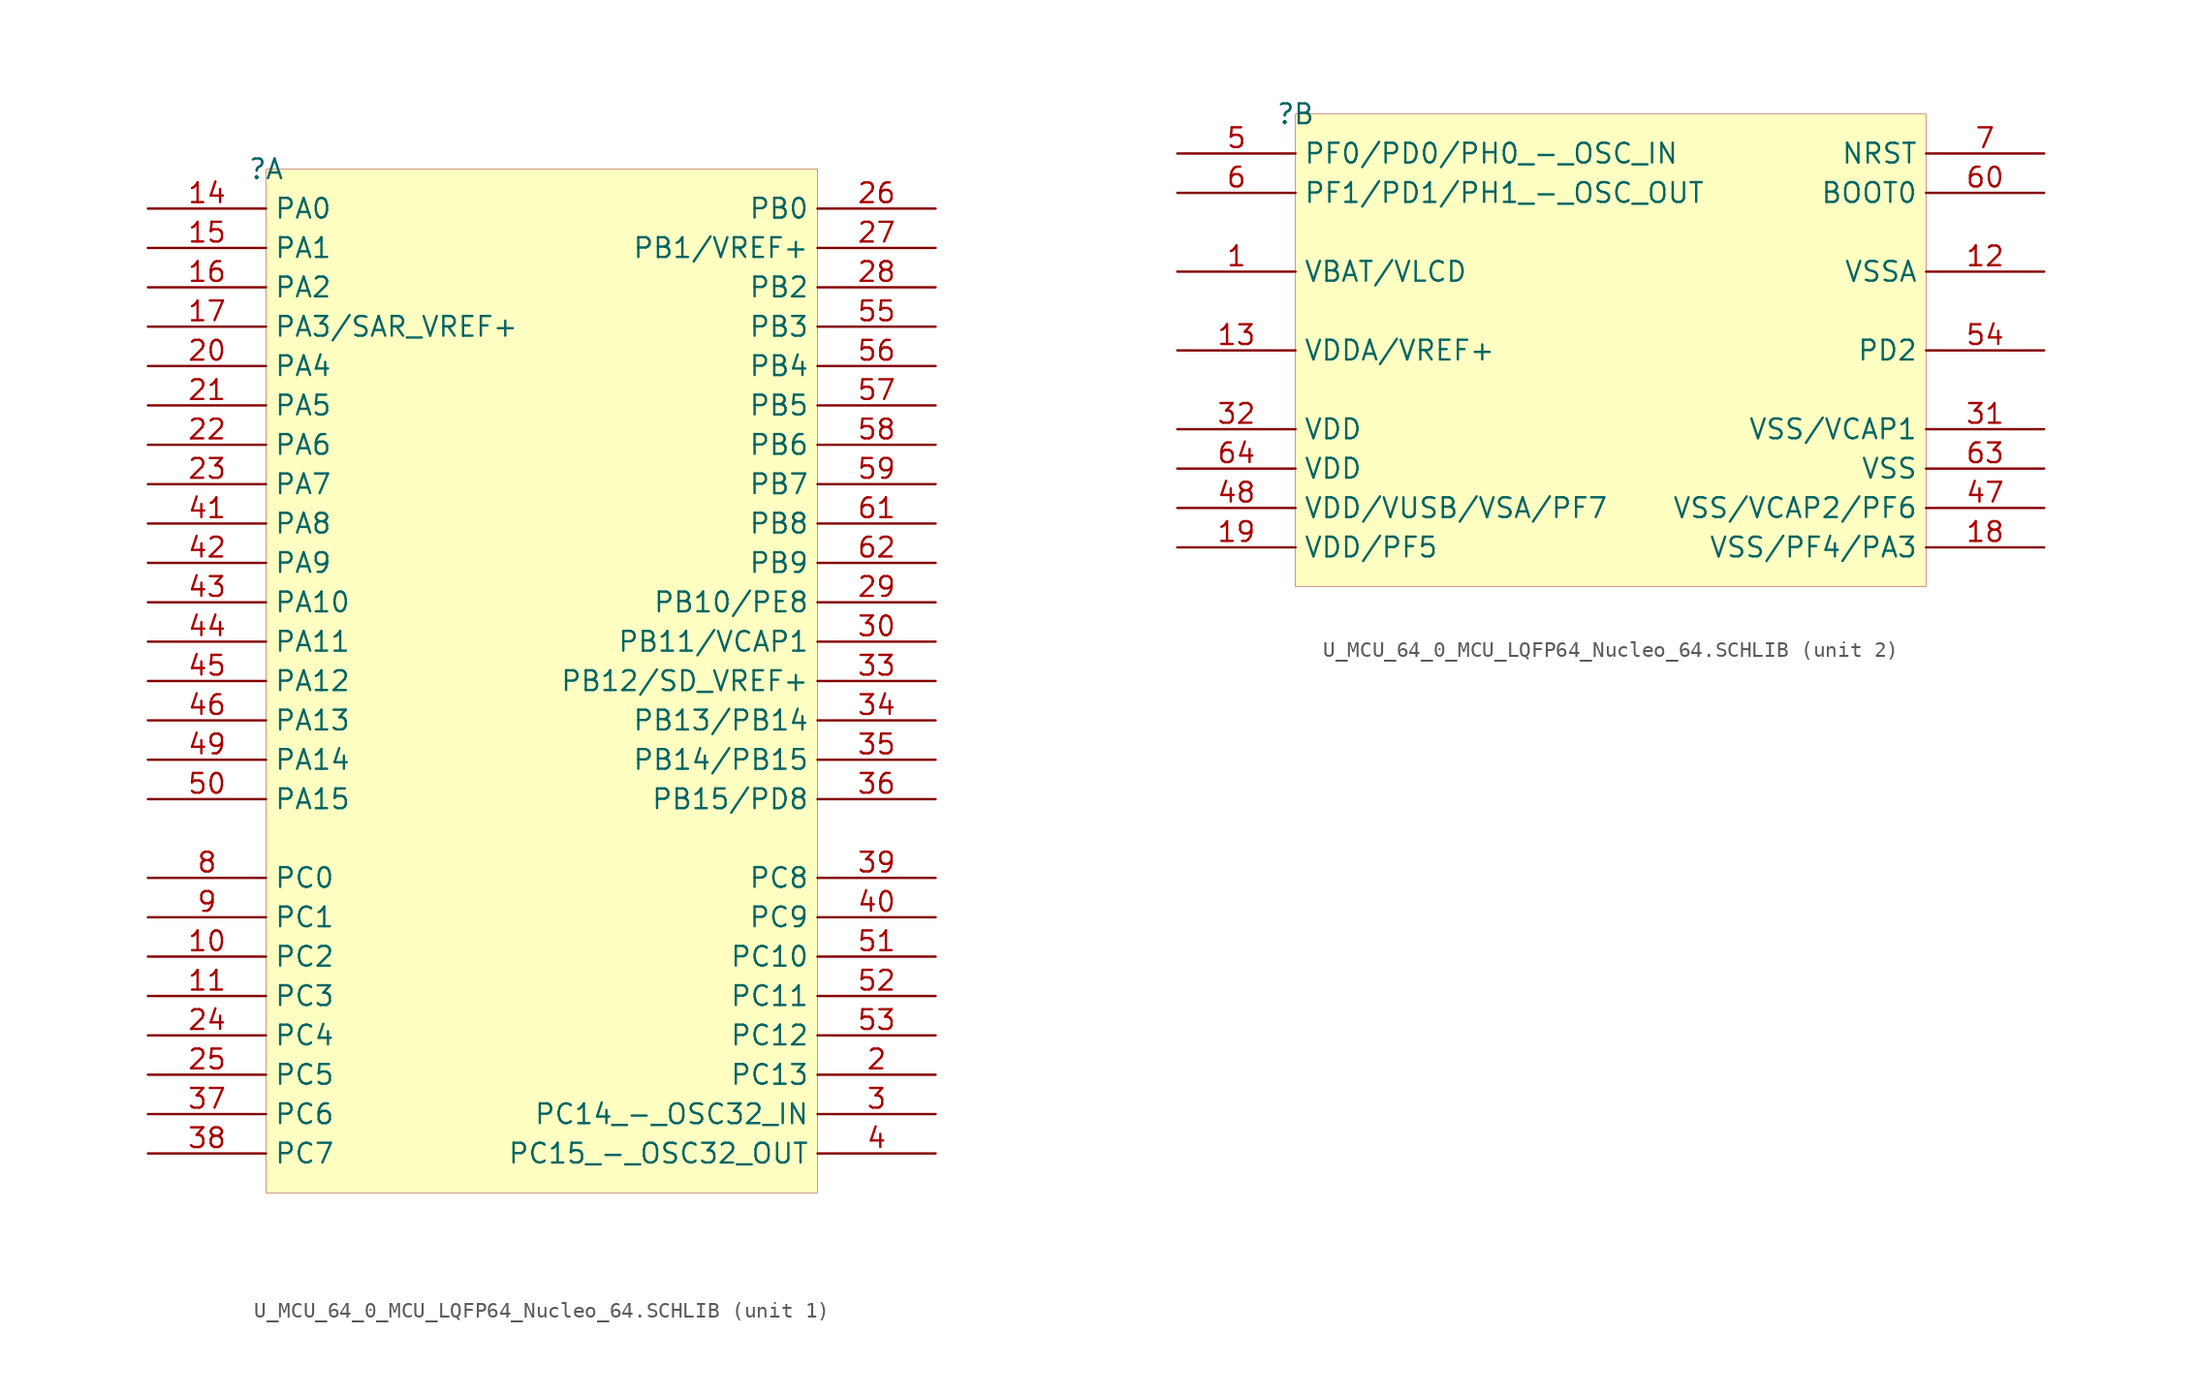
<source format=kicad_sym>
(kicad_symbol_lib
  (version 20241209)
  (generator "kicad_symbol_editor")
  (generator_version "9.0")
  (symbol "U_MCU_64_0_MCU_LQFP64_Nucleo_64.SCHLIB"
    (property "Reference" ""
      (at 0 0 0)
      (effects (font (size 1.27 1.27))))
    (property "Value" ""
      (at 0 0 0)
      (effects (font (size 1.27 1.27))))
    (symbol "U_MCU_64_0_MCU_LQFP64_Nucleo_64.SCHLIB_1_0"
      (rectangle (start 35.56 0) (end 0 -66.04) (stroke (width 0.025) (type solid) (color 128 0 0 1)) (fill (type background)))
      (pin passive line (at -7.62 -2.54 0) (length 7.62) (name "PA0" (effects (font (size 1.27 1.27)))) (number "14" (effects (font (size 1.27 1.27)))))
      (pin passive line (at -7.62 -5.08 0) (length 7.62) (name "PA1" (effects (font (size 1.27 1.27)))) (number "15" (effects (font (size 1.27 1.27)))))
      (pin passive line (at -7.62 -7.62 0) (length 7.62) (name "PA2" (effects (font (size 1.27 1.27)))) (number "16" (effects (font (size 1.27 1.27)))))
      (pin passive line (at -7.62 -10.16 0) (length 7.62) (name "PA3/SAR_VREF+" (effects (font (size 1.27 1.27)))) (number "17" (effects (font (size 1.27 1.27)))))
      (pin passive line (at -7.62 -12.7 0) (length 7.62) (name "PA4" (effects (font (size 1.27 1.27)))) (number "20" (effects (font (size 1.27 1.27)))))
      (pin passive line (at -7.62 -15.24 0) (length 7.62) (name "PA5" (effects (font (size 1.27 1.27)))) (number "21" (effects (font (size 1.27 1.27)))))
      (pin passive line (at -7.62 -17.78 0) (length 7.62) (name "PA6" (effects (font (size 1.27 1.27)))) (number "22" (effects (font (size 1.27 1.27)))))
      (pin passive line (at -7.62 -20.32 0) (length 7.62) (name "PA7" (effects (font (size 1.27 1.27)))) (number "23" (effects (font (size 1.27 1.27)))))
      (pin passive line (at -7.62 -22.86 0) (length 7.62) (name "PA8" (effects (font (size 1.27 1.27)))) (number "41" (effects (font (size 1.27 1.27)))))
      (pin passive line (at -7.62 -25.4 0) (length 7.62) (name "PA9" (effects (font (size 1.27 1.27)))) (number "42" (effects (font (size 1.27 1.27)))))
      (pin passive line (at -7.62 -27.94 0) (length 7.62) (name "PA10" (effects (font (size 1.27 1.27)))) (number "43" (effects (font (size 1.27 1.27)))))
      (pin passive line (at -7.62 -30.48 0) (length 7.62) (name "PA11" (effects (font (size 1.27 1.27)))) (number "44" (effects (font (size 1.27 1.27)))))
      (pin passive line (at -7.62 -33.02 0) (length 7.62) (name "PA12" (effects (font (size 1.27 1.27)))) (number "45" (effects (font (size 1.27 1.27)))))
      (pin passive line (at -7.62 -35.56 0) (length 7.62) (name "PA13" (effects (font (size 1.27 1.27)))) (number "46" (effects (font (size 1.27 1.27)))))
      (pin passive line (at -7.62 -38.1 0) (length 7.62) (name "PA14" (effects (font (size 1.27 1.27)))) (number "49" (effects (font (size 1.27 1.27)))))
      (pin passive line (at -7.62 -40.64 0) (length 7.62) (name "PA15" (effects (font (size 1.27 1.27)))) (number "50" (effects (font (size 1.27 1.27)))))
      (pin passive line (at -7.62 -45.72 0) (length 7.62) (name "PC0" (effects (font (size 1.27 1.27)))) (number "8" (effects (font (size 1.27 1.27)))))
      (pin passive line (at -7.62 -48.26 0) (length 7.62) (name "PC1" (effects (font (size 1.27 1.27)))) (number "9" (effects (font (size 1.27 1.27)))))
      (pin passive line (at -7.62 -50.8 0) (length 7.62) (name "PC2" (effects (font (size 1.27 1.27)))) (number "10" (effects (font (size 1.27 1.27)))))
      (pin passive line (at -7.62 -53.34 0) (length 7.62) (name "PC3" (effects (font (size 1.27 1.27)))) (number "11" (effects (font (size 1.27 1.27)))))
      (pin passive line (at -7.62 -55.88 0) (length 7.62) (name "PC4" (effects (font (size 1.27 1.27)))) (number "24" (effects (font (size 1.27 1.27)))))
      (pin passive line (at -7.62 -58.42 0) (length 7.62) (name "PC5" (effects (font (size 1.27 1.27)))) (number "25" (effects (font (size 1.27 1.27)))))
      (pin passive line (at -7.62 -60.96 0) (length 7.62) (name "PC6" (effects (font (size 1.27 1.27)))) (number "37" (effects (font (size 1.27 1.27)))))
      (pin passive line (at -7.62 -63.5 0) (length 7.62) (name "PC7" (effects (font (size 1.27 1.27)))) (number "38" (effects (font (size 1.27 1.27)))))
      (pin passive line (at 43.18 -2.54 180) (length 7.62) (name "PB0" (effects (font (size 1.27 1.27)))) (number "26" (effects (font (size 1.27 1.27)))))
      (pin passive line (at 43.18 -5.08 180) (length 7.62) (name "PB1/VREF+" (effects (font (size 1.27 1.27)))) (number "27" (effects (font (size 1.27 1.27)))))
      (pin passive line (at 43.18 -7.62 180) (length 7.62) (name "PB2" (effects (font (size 1.27 1.27)))) (number "28" (effects (font (size 1.27 1.27)))))
      (pin passive line (at 43.18 -10.16 180) (length 7.62) (name "PB3" (effects (font (size 1.27 1.27)))) (number "55" (effects (font (size 1.27 1.27)))))
      (pin passive line (at 43.18 -12.7 180) (length 7.62) (name "PB4" (effects (font (size 1.27 1.27)))) (number "56" (effects (font (size 1.27 1.27)))))
      (pin passive line (at 43.18 -15.24 180) (length 7.62) (name "PB5" (effects (font (size 1.27 1.27)))) (number "57" (effects (font (size 1.27 1.27)))))
      (pin passive line (at 43.18 -17.78 180) (length 7.62) (name "PB6" (effects (font (size 1.27 1.27)))) (number "58" (effects (font (size 1.27 1.27)))))
      (pin passive line (at 43.18 -20.32 180) (length 7.62) (name "PB7" (effects (font (size 1.27 1.27)))) (number "59" (effects (font (size 1.27 1.27)))))
      (pin passive line (at 43.18 -22.86 180) (length 7.62) (name "PB8" (effects (font (size 1.27 1.27)))) (number "61" (effects (font (size 1.27 1.27)))))
      (pin passive line (at 43.18 -25.4 180) (length 7.62) (name "PB9" (effects (font (size 1.27 1.27)))) (number "62" (effects (font (size 1.27 1.27)))))
      (pin passive line (at 43.18 -27.94 180) (length 7.62) (name "PB10/PE8" (effects (font (size 1.27 1.27)))) (number "29" (effects (font (size 1.27 1.27)))))
      (pin passive line (at 43.18 -30.48 180) (length 7.62) (name "PB11/VCAP1" (effects (font (size 1.27 1.27)))) (number "30" (effects (font (size 1.27 1.27)))))
      (pin passive line (at 43.18 -33.02 180) (length 7.62) (name "PB12/SD_VREF+" (effects (font (size 1.27 1.27)))) (number "33" (effects (font (size 1.27 1.27)))))
      (pin passive line (at 43.18 -35.56 180) (length 7.62) (name "PB13/PB14" (effects (font (size 1.27 1.27)))) (number "34" (effects (font (size 1.27 1.27)))))
      (pin passive line (at 43.18 -38.1 180) (length 7.62) (name "PB14/PB15" (effects (font (size 1.27 1.27)))) (number "35" (effects (font (size 1.27 1.27)))))
      (pin passive line (at 43.18 -40.64 180) (length 7.62) (name "PB15/PD8" (effects (font (size 1.27 1.27)))) (number "36" (effects (font (size 1.27 1.27)))))
      (pin passive line (at 43.18 -45.72 180) (length 7.62) (name "PC8" (effects (font (size 1.27 1.27)))) (number "39" (effects (font (size 1.27 1.27)))))
      (pin passive line (at 43.18 -48.26 180) (length 7.62) (name "PC9" (effects (font (size 1.27 1.27)))) (number "40" (effects (font (size 1.27 1.27)))))
      (pin passive line (at 43.18 -50.8 180) (length 7.62) (name "PC10" (effects (font (size 1.27 1.27)))) (number "51" (effects (font (size 1.27 1.27)))))
      (pin passive line (at 43.18 -53.34 180) (length 7.62) (name "PC11" (effects (font (size 1.27 1.27)))) (number "52" (effects (font (size 1.27 1.27)))))
      (pin passive line (at 43.18 -55.88 180) (length 7.62) (name "PC12" (effects (font (size 1.27 1.27)))) (number "53" (effects (font (size 1.27 1.27)))))
      (pin passive line (at 43.18 -58.42 180) (length 7.62) (name "PC13" (effects (font (size 1.27 1.27)))) (number "2" (effects (font (size 1.27 1.27)))))
      (pin passive line (at 43.18 -60.96 180) (length 7.62) (name "PC14_-_OSC32_IN" (effects (font (size 1.27 1.27)))) (number "3" (effects (font (size 1.27 1.27)))))
      (pin passive line (at 43.18 -63.5 180) (length 7.62) (name "PC15_-_OSC32_OUT" (effects (font (size 1.27 1.27)))) (number "4" (effects (font (size 1.27 1.27))))))
    (symbol "U_MCU_64_0_MCU_LQFP64_Nucleo_64.SCHLIB_2_0"
      (rectangle (start 40.64 0) (end 0 -30.48) (stroke (width 0.025) (type solid) (color 128 0 0 1)) (fill (type background)))
      (pin passive line (at -7.62 -2.54 0) (length 7.62) (name "PF0/PD0/PH0_-_OSC_IN" (effects (font (size 1.27 1.27)))) (number "5" (effects (font (size 1.27 1.27)))))
      (pin passive line (at -7.62 -5.08 0) (length 7.62) (name "PF1/PD1/PH1_-_OSC_OUT" (effects (font (size 1.27 1.27)))) (number "6" (effects (font (size 1.27 1.27)))))
      (pin passive line (at -7.62 -10.16 0) (length 7.62) (name "VBAT/VLCD" (effects (font (size 1.27 1.27)))) (number "1" (effects (font (size 1.27 1.27)))))
      (pin passive line (at -7.62 -15.24 0) (length 7.62) (name "VDDA/VREF+" (effects (font (size 1.27 1.27)))) (number "13" (effects (font (size 1.27 1.27)))))
      (pin passive line (at -7.62 -20.32 0) (length 7.62) (name "VDD" (effects (font (size 1.27 1.27)))) (number "32" (effects (font (size 1.27 1.27)))))
      (pin passive line (at -7.62 -22.86 0) (length 7.62) (name "VDD" (effects (font (size 1.27 1.27)))) (number "64" (effects (font (size 1.27 1.27)))))
      (pin passive line (at -7.62 -25.4 0) (length 7.62) (name "VDD/VUSB/VSA/PF7" (effects (font (size 1.27 1.27)))) (number "48" (effects (font (size 1.27 1.27)))))
      (pin passive line (at -7.62 -27.94 0) (length 7.62) (name "VDD/PF5" (effects (font (size 1.27 1.27)))) (number "19" (effects (font (size 1.27 1.27)))))
      (pin passive line (at 48.26 -2.54 180) (length 7.62) (name "NRST" (effects (font (size 1.27 1.27)))) (number "7" (effects (font (size 1.27 1.27)))))
      (pin passive line (at 48.26 -5.08 180) (length 7.62) (name "BOOT0" (effects (font (size 1.27 1.27)))) (number "60" (effects (font (size 1.27 1.27)))))
      (pin passive line (at 48.26 -10.16 180) (length 7.62) (name "VSSA" (effects (font (size 1.27 1.27)))) (number "12" (effects (font (size 1.27 1.27)))))
      (pin passive line (at 48.26 -15.24 180) (length 7.62) (name "PD2" (effects (font (size 1.27 1.27)))) (number "54" (effects (font (size 1.27 1.27)))))
      (pin passive line (at 48.26 -20.32 180) (length 7.62) (name "VSS/VCAP1" (effects (font (size 1.27 1.27)))) (number "31" (effects (font (size 1.27 1.27)))))
      (pin passive line (at 48.26 -22.86 180) (length 7.62) (name "VSS" (effects (font (size 1.27 1.27)))) (number "63" (effects (font (size 1.27 1.27)))))
      (pin passive line (at 48.26 -25.4 180) (length 7.62) (name "VSS/VCAP2/PF6" (effects (font (size 1.27 1.27)))) (number "47" (effects (font (size 1.27 1.27)))))
      (pin passive line (at 48.26 -27.94 180) (length 7.62) (name "VSS/PF4/PA3" (effects (font (size 1.27 1.27)))) (number "18" (effects (font (size 1.27 1.27))))))))
</source>
